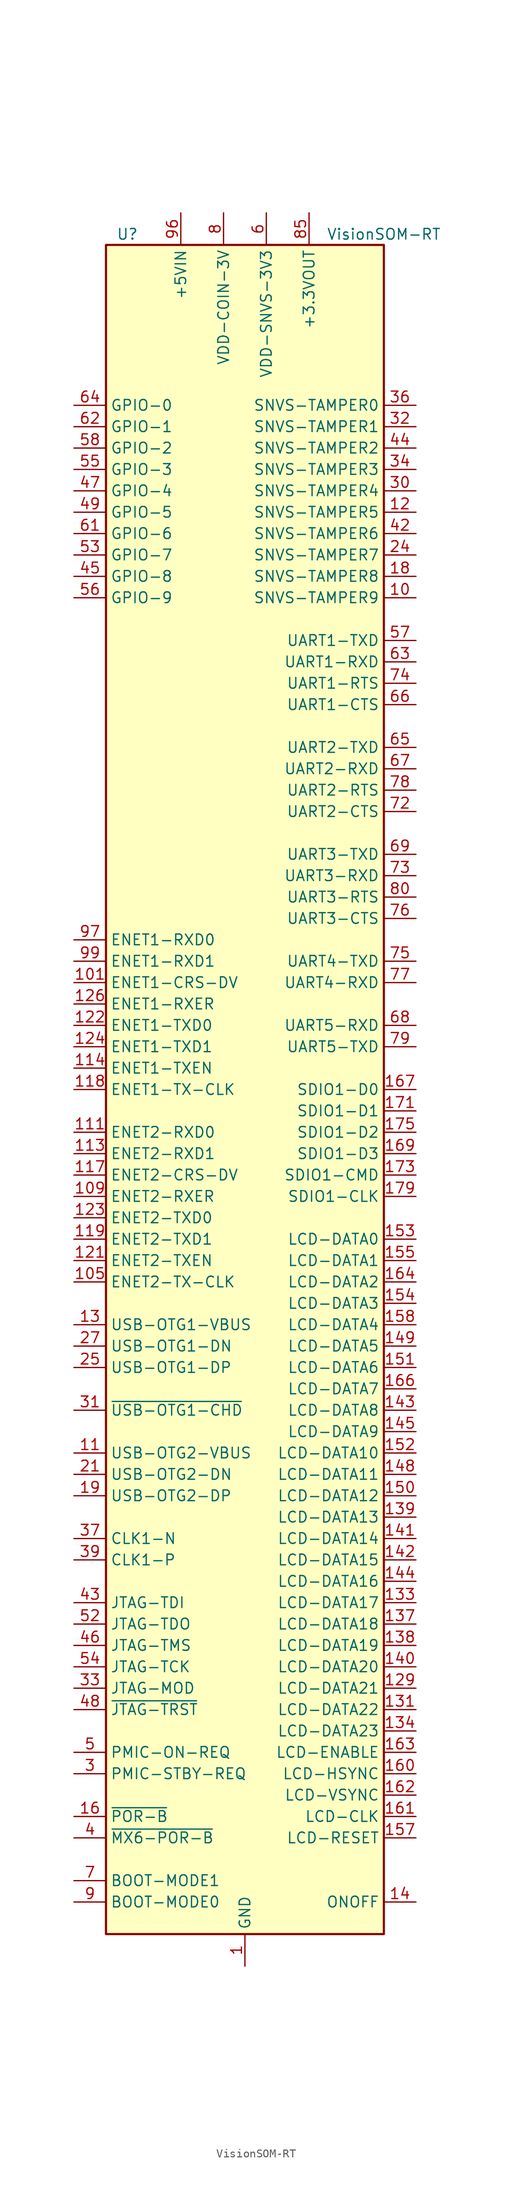
<source format=kicad_sym>
(kicad_symbol_lib
  (version 20201005)
  (generator kicad_symbol_editor)
  (symbol "VisionSOM-RT"
    (property "Reference" "U"
      (at -13.97 101.6 0)
      (effects (font (size 1.27 1.27))))
    (property "Value" "VisionSOM-RT"
      (at 16.51 101.6 0)
      (effects (font (size 1.27 1.27))))
    (symbol "VisionSOM-RT_0_1"
      (rectangle (start -16.51 100.33) (end 16.51 -100.33) (stroke (width 0.254)) (fill (type background))))
    (symbol "VisionSOM-RT_1_1"
      (pin power_in line (at 0 -104.14 90) (length 3.81) (name "GND" (effects (font (size 1.27 1.27)))) (number "1" (effects (font (size 1.27 1.27)))))
      (pin bidirectional line (at 20.32 58.42 180) (length 3.81) (name "SNVS-TAMPER9" (effects (font (size 1.27 1.27)))) (number "10" (effects (font (size 1.27 1.27)))))
      (pin passive line (at -7.62 104.14 270) (length 3.81) hide (name "+5VIN" (effects (font (size 1.27 1.27)))) (number "100" (effects (font (size 1.27 1.27)))))
      (pin bidirectional line (at -20.32 12.7 0) (length 3.81) (name "ENET1-CRS-DV" (effects (font (size 1.27 1.27)))) (number "101" (effects (font (size 1.27 1.27)))))
      (pin passive line (at -7.62 104.14 270) (length 3.81) hide (name "+5VIN" (effects (font (size 1.27 1.27)))) (number "102" (effects (font (size 1.27 1.27)))))
      (pin passive line (at 0 -104.14 90) (length 3.81) hide (name "GND" (effects (font (size 1.27 1.27)))) (number "103" (effects (font (size 1.27 1.27)))))
      (pin passive line (at -7.62 104.14 270) (length 3.81) hide (name "+5VIN" (effects (font (size 1.27 1.27)))) (number "104" (effects (font (size 1.27 1.27)))))
      (pin bidirectional line (at -20.32 -22.86 0) (length 3.81) (name "ENET2-TX-CLK" (effects (font (size 1.27 1.27)))) (number "105" (effects (font (size 1.27 1.27)))))
      (pin passive line (at -7.62 104.14 270) (length 3.81) hide (name "+5VIN" (effects (font (size 1.27 1.27)))) (number "106" (effects (font (size 1.27 1.27)))))
      (pin passive line (at 0 -104.14 90) (length 3.81) hide (name "GND" (effects (font (size 1.27 1.27)))) (number "107" (effects (font (size 1.27 1.27)))))
      (pin passive line (at -7.62 104.14 270) (length 3.81) hide (name "+5VIN" (effects (font (size 1.27 1.27)))) (number "108" (effects (font (size 1.27 1.27)))))
      (pin bidirectional line (at -20.32 -12.7 0) (length 3.81) (name "ENET2-RXER" (effects (font (size 1.27 1.27)))) (number "109" (effects (font (size 1.27 1.27)))))
      (pin input line (at -20.32 -43.18 0) (length 3.81) (name "USB-OTG2-VBUS" (effects (font (size 1.27 1.27)))) (number "11" (effects (font (size 1.27 1.27)))))
      (pin passive line (at -7.62 104.14 270) (length 3.81) hide (name "+5VIN" (effects (font (size 1.27 1.27)))) (number "110" (effects (font (size 1.27 1.27)))))
      (pin bidirectional line (at -20.32 -5.08 0) (length 3.81) (name "ENET2-RXD0" (effects (font (size 1.27 1.27)))) (number "111" (effects (font (size 1.27 1.27)))))
      (pin passive line (at -7.62 104.14 270) (length 3.81) hide (name "+5VIN" (effects (font (size 1.27 1.27)))) (number "112" (effects (font (size 1.27 1.27)))))
      (pin bidirectional line (at -20.32 -7.62 0) (length 3.81) (name "ENET2-RXD1" (effects (font (size 1.27 1.27)))) (number "113" (effects (font (size 1.27 1.27)))))
      (pin bidirectional line (at -20.32 2.54 0) (length 3.81) (name "ENET1-TXEN" (effects (font (size 1.27 1.27)))) (number "114" (effects (font (size 1.27 1.27)))))
      (pin passive line (at 0 -104.14 90) (length 3.81) hide (name "GND" (effects (font (size 1.27 1.27)))) (number "115" (effects (font (size 1.27 1.27)))))
      (pin passive line (at 0 -104.14 90) (length 3.81) hide (name "GND" (effects (font (size 1.27 1.27)))) (number "116" (effects (font (size 1.27 1.27)))))
      (pin bidirectional line (at -20.32 -10.16 0) (length 3.81) (name "ENET2-CRS-DV" (effects (font (size 1.27 1.27)))) (number "117" (effects (font (size 1.27 1.27)))))
      (pin bidirectional line (at -20.32 0 0) (length 3.81) (name "ENET1-TX-CLK" (effects (font (size 1.27 1.27)))) (number "118" (effects (font (size 1.27 1.27)))))
      (pin bidirectional line (at -20.32 -17.78 0) (length 3.81) (name "ENET2-TXD1" (effects (font (size 1.27 1.27)))) (number "119" (effects (font (size 1.27 1.27)))))
      (pin bidirectional line (at 20.32 68.58 180) (length 3.81) (name "SNVS-TAMPER5" (effects (font (size 1.27 1.27)))) (number "12" (effects (font (size 1.27 1.27)))))
      (pin passive line (at 0 -104.14 90) (length 3.81) hide (name "GND" (effects (font (size 1.27 1.27)))) (number "120" (effects (font (size 1.27 1.27)))))
      (pin bidirectional line (at -20.32 -20.32 0) (length 3.81) (name "ENET2-TXEN" (effects (font (size 1.27 1.27)))) (number "121" (effects (font (size 1.27 1.27)))))
      (pin bidirectional line (at -20.32 7.62 0) (length 3.81) (name "ENET1-TXD0" (effects (font (size 1.27 1.27)))) (number "122" (effects (font (size 1.27 1.27)))))
      (pin bidirectional line (at -20.32 -15.24 0) (length 3.81) (name "ENET2-TXD0" (effects (font (size 1.27 1.27)))) (number "123" (effects (font (size 1.27 1.27)))))
      (pin bidirectional line (at -20.32 5.08 0) (length 3.81) (name "ENET1-TXD1" (effects (font (size 1.27 1.27)))) (number "124" (effects (font (size 1.27 1.27)))))
      (pin passive line (at 0 -104.14 90) (length 3.81) hide (name "GND" (effects (font (size 1.27 1.27)))) (number "125" (effects (font (size 1.27 1.27)))))
      (pin bidirectional line (at -20.32 10.16 0) (length 3.81) (name "ENET1-RXER" (effects (font (size 1.27 1.27)))) (number "126" (effects (font (size 1.27 1.27)))))
      (pin passive line (at 0 -104.14 90) (length 3.81) hide (name "GND" (effects (font (size 1.27 1.27)))) (number "127" (effects (font (size 1.27 1.27)))))
      (pin passive line (at 0 -104.14 90) (length 3.81) hide (name "GND" (effects (font (size 1.27 1.27)))) (number "128" (effects (font (size 1.27 1.27)))))
      (pin bidirectional line (at 20.32 -71.12 180) (length 3.81) (name "LCD-DATA21" (effects (font (size 1.27 1.27)))) (number "129" (effects (font (size 1.27 1.27)))))
      (pin input line (at -20.32 -27.94 0) (length 3.81) (name "USB-OTG1-VBUS" (effects (font (size 1.27 1.27)))) (number "13" (effects (font (size 1.27 1.27)))))
      (pin passive line (at 0 -104.14 90) (length 3.81) hide (name "GND" (effects (font (size 1.27 1.27)))) (number "130" (effects (font (size 1.27 1.27)))))
      (pin bidirectional line (at 20.32 -73.66 180) (length 3.81) (name "LCD-DATA22" (effects (font (size 1.27 1.27)))) (number "131" (effects (font (size 1.27 1.27)))))
      (pin passive line (at 0 -104.14 90) (length 3.81) hide (name "GND" (effects (font (size 1.27 1.27)))) (number "132" (effects (font (size 1.27 1.27)))))
      (pin bidirectional line (at 20.32 -60.96 180) (length 3.81) (name "LCD-DATA17" (effects (font (size 1.27 1.27)))) (number "133" (effects (font (size 1.27 1.27)))))
      (pin bidirectional line (at 20.32 -76.2 180) (length 3.81) (name "LCD-DATA23" (effects (font (size 1.27 1.27)))) (number "134" (effects (font (size 1.27 1.27)))))
      (pin passive line (at 0 -104.14 90) (length 3.81) hide (name "GND" (effects (font (size 1.27 1.27)))) (number "135" (effects (font (size 1.27 1.27)))))
      (pin passive line (at 0 -104.14 90) (length 3.81) hide (name "GND" (effects (font (size 1.27 1.27)))) (number "136" (effects (font (size 1.27 1.27)))))
      (pin bidirectional line (at 20.32 -63.5 180) (length 3.81) (name "LCD-DATA18" (effects (font (size 1.27 1.27)))) (number "137" (effects (font (size 1.27 1.27)))))
      (pin bidirectional line (at 20.32 -66.04 180) (length 3.81) (name "LCD-DATA19" (effects (font (size 1.27 1.27)))) (number "138" (effects (font (size 1.27 1.27)))))
      (pin bidirectional line (at 20.32 -50.8 180) (length 3.81) (name "LCD-DATA13" (effects (font (size 1.27 1.27)))) (number "139" (effects (font (size 1.27 1.27)))))
      (pin input line (at 20.32 -96.52 180) (length 3.81) (name "ONOFF" (effects (font (size 1.27 1.27)))) (number "14" (effects (font (size 1.27 1.27)))))
      (pin bidirectional line (at 20.32 -68.58 180) (length 3.81) (name "LCD-DATA20" (effects (font (size 1.27 1.27)))) (number "140" (effects (font (size 1.27 1.27)))))
      (pin bidirectional line (at 20.32 -53.34 180) (length 3.81) (name "LCD-DATA14" (effects (font (size 1.27 1.27)))) (number "141" (effects (font (size 1.27 1.27)))))
      (pin bidirectional line (at 20.32 -55.88 180) (length 3.81) (name "LCD-DATA15" (effects (font (size 1.27 1.27)))) (number "142" (effects (font (size 1.27 1.27)))))
      (pin bidirectional line (at 20.32 -38.1 180) (length 3.81) (name "LCD-DATA8" (effects (font (size 1.27 1.27)))) (number "143" (effects (font (size 1.27 1.27)))))
      (pin bidirectional line (at 20.32 -58.42 180) (length 3.81) (name "LCD-DATA16" (effects (font (size 1.27 1.27)))) (number "144" (effects (font (size 1.27 1.27)))))
      (pin bidirectional line (at 20.32 -40.64 180) (length 3.81) (name "LCD-DATA9" (effects (font (size 1.27 1.27)))) (number "145" (effects (font (size 1.27 1.27)))))
      (pin passive line (at 0 -104.14 90) (length 3.81) hide (name "GND" (effects (font (size 1.27 1.27)))) (number "146" (effects (font (size 1.27 1.27)))))
      (pin passive line (at 0 -104.14 90) (length 3.81) hide (name "GND" (effects (font (size 1.27 1.27)))) (number "147" (effects (font (size 1.27 1.27)))))
      (pin bidirectional line (at 20.32 -45.72 180) (length 3.81) (name "LCD-DATA11" (effects (font (size 1.27 1.27)))) (number "148" (effects (font (size 1.27 1.27)))))
      (pin bidirectional line (at 20.32 -30.48 180) (length 3.81) (name "LCD-DATA5" (effects (font (size 1.27 1.27)))) (number "149" (effects (font (size 1.27 1.27)))))
      (pin passive line (at 0 -104.14 90) (length 3.81) hide (name "GND" (effects (font (size 1.27 1.27)))) (number "15" (effects (font (size 1.27 1.27)))))
      (pin bidirectional line (at 20.32 -48.26 180) (length 3.81) (name "LCD-DATA12" (effects (font (size 1.27 1.27)))) (number "150" (effects (font (size 1.27 1.27)))))
      (pin bidirectional line (at 20.32 -33.02 180) (length 3.81) (name "LCD-DATA6" (effects (font (size 1.27 1.27)))) (number "151" (effects (font (size 1.27 1.27)))))
      (pin bidirectional line (at 20.32 -43.18 180) (length 3.81) (name "LCD-DATA10" (effects (font (size 1.27 1.27)))) (number "152" (effects (font (size 1.27 1.27)))))
      (pin bidirectional line (at 20.32 -17.78 180) (length 3.81) (name "LCD-DATA0" (effects (font (size 1.27 1.27)))) (number "153" (effects (font (size 1.27 1.27)))))
      (pin bidirectional line (at 20.32 -25.4 180) (length 3.81) (name "LCD-DATA3" (effects (font (size 1.27 1.27)))) (number "154" (effects (font (size 1.27 1.27)))))
      (pin bidirectional line (at 20.32 -20.32 180) (length 3.81) (name "LCD-DATA1" (effects (font (size 1.27 1.27)))) (number "155" (effects (font (size 1.27 1.27)))))
      (pin passive line (at 0 -104.14 90) (length 3.81) hide (name "GND" (effects (font (size 1.27 1.27)))) (number "156" (effects (font (size 1.27 1.27)))))
      (pin bidirectional line (at 20.32 -88.9 180) (length 3.81) (name "LCD-RESET" (effects (font (size 1.27 1.27)))) (number "157" (effects (font (size 1.27 1.27)))))
      (pin bidirectional line (at 20.32 -27.94 180) (length 3.81) (name "LCD-DATA4" (effects (font (size 1.27 1.27)))) (number "158" (effects (font (size 1.27 1.27)))))
      (pin passive line (at 0 -104.14 90) (length 3.81) hide (name "GND" (effects (font (size 1.27 1.27)))) (number "159" (effects (font (size 1.27 1.27)))))
      (pin input line (at -20.32 -86.36 0) (length 3.81) (name "~POR-B" (effects (font (size 1.27 1.27)))) (number "16" (effects (font (size 1.27 1.27)))))
      (pin bidirectional line (at 20.32 -81.28 180) (length 3.81) (name "LCD-HSYNC" (effects (font (size 1.27 1.27)))) (number "160" (effects (font (size 1.27 1.27)))))
      (pin bidirectional line (at 20.32 -86.36 180) (length 3.81) (name "LCD-CLK" (effects (font (size 1.27 1.27)))) (number "161" (effects (font (size 1.27 1.27)))))
      (pin bidirectional line (at 20.32 -83.82 180) (length 3.81) (name "LCD-VSYNC" (effects (font (size 1.27 1.27)))) (number "162" (effects (font (size 1.27 1.27)))))
      (pin bidirectional line (at 20.32 -78.74 180) (length 3.81) (name "LCD-ENABLE" (effects (font (size 1.27 1.27)))) (number "163" (effects (font (size 1.27 1.27)))))
      (pin bidirectional line (at 20.32 -22.86 180) (length 3.81) (name "LCD-DATA2" (effects (font (size 1.27 1.27)))) (number "164" (effects (font (size 1.27 1.27)))))
      (pin passive line (at 0 -104.14 90) (length 3.81) hide (name "GND" (effects (font (size 1.27 1.27)))) (number "165" (effects (font (size 1.27 1.27)))))
      (pin bidirectional line (at 20.32 -35.56 180) (length 3.81) (name "LCD-DATA7" (effects (font (size 1.27 1.27)))) (number "166" (effects (font (size 1.27 1.27)))))
      (pin bidirectional line (at 20.32 0 180) (length 3.81) (name "SDIO1-D0" (effects (font (size 1.27 1.27)))) (number "167" (effects (font (size 1.27 1.27)))))
      (pin passive line (at 0 -104.14 90) (length 3.81) hide (name "GND" (effects (font (size 1.27 1.27)))) (number "168" (effects (font (size 1.27 1.27)))))
      (pin bidirectional line (at 20.32 -7.62 180) (length 3.81) (name "SDIO1-D3" (effects (font (size 1.27 1.27)))) (number "169" (effects (font (size 1.27 1.27)))))
      (pin passive line (at 0 -104.14 90) (length 3.81) hide (name "GND" (effects (font (size 1.27 1.27)))) (number "17" (effects (font (size 1.27 1.27)))))
      (pin passive line (at 0 -104.14 90) (length 3.81) hide (name "GND" (effects (font (size 1.27 1.27)))) (number "170" (effects (font (size 1.27 1.27)))))
      (pin bidirectional line (at 20.32 -2.54 180) (length 3.81) (name "SDIO1-D1" (effects (font (size 1.27 1.27)))) (number "171" (effects (font (size 1.27 1.27)))))
      (pin passive line (at 0 -104.14 90) (length 3.81) hide (name "GND" (effects (font (size 1.27 1.27)))) (number "172" (effects (font (size 1.27 1.27)))))
      (pin bidirectional line (at 20.32 -10.16 180) (length 3.81) (name "SDIO1-CMD" (effects (font (size 1.27 1.27)))) (number "173" (effects (font (size 1.27 1.27)))))
      (pin passive line (at 0 -104.14 90) (length 3.81) hide (name "GND" (effects (font (size 1.27 1.27)))) (number "174" (effects (font (size 1.27 1.27)))))
      (pin bidirectional line (at 20.32 -5.08 180) (length 3.81) (name "SDIO1-D2" (effects (font (size 1.27 1.27)))) (number "175" (effects (font (size 1.27 1.27)))))
      (pin no_connect line (at -5.08 -99.06 90) (length 3.81) hide (name "NC" (effects (font (size 1.27 1.27)))) (number "176" (effects (font (size 1.27 1.27)))))
      (pin passive line (at 0 -104.14 90) (length 3.81) hide (name "GND" (effects (font (size 1.27 1.27)))) (number "177" (effects (font (size 1.27 1.27)))))
      (pin no_connect line (at -2.54 -99.06 90) (length 3.81) hide (name "NC" (effects (font (size 1.27 1.27)))) (number "178" (effects (font (size 1.27 1.27)))))
      (pin bidirectional line (at 20.32 -12.7 180) (length 3.81) (name "SDIO1-CLK" (effects (font (size 1.27 1.27)))) (number "179" (effects (font (size 1.27 1.27)))))
      (pin bidirectional line (at 20.32 60.96 180) (length 3.81) (name "SNVS-TAMPER8" (effects (font (size 1.27 1.27)))) (number "18" (effects (font (size 1.27 1.27)))))
      (pin no_connect line (at 2.54 -99.06 90) (length 3.81) hide (name "NC" (effects (font (size 1.27 1.27)))) (number "180" (effects (font (size 1.27 1.27)))))
      (pin passive line (at 0 -104.14 90) (length 3.81) hide (name "GND" (effects (font (size 1.27 1.27)))) (number "181" (effects (font (size 1.27 1.27)))))
      (pin no_connect line (at 5.08 -99.06 90) (length 3.81) hide (name "NC" (effects (font (size 1.27 1.27)))) (number "182" (effects (font (size 1.27 1.27)))))
      (pin no_connect line (at -15.24 22.86 0) (length 3.81) hide (name "NC" (effects (font (size 1.27 1.27)))) (number "183" (effects (font (size 1.27 1.27)))))
      (pin passive line (at 0 -104.14 90) (length 3.81) hide (name "GND" (effects (font (size 1.27 1.27)))) (number "184" (effects (font (size 1.27 1.27)))))
      (pin passive line (at 0 -104.14 90) (length 3.81) hide (name "GND" (effects (font (size 1.27 1.27)))) (number "185" (effects (font (size 1.27 1.27)))))
      (pin no_connect line (at -15.24 35.56 0) (length 3.81) hide (name "NC" (effects (font (size 1.27 1.27)))) (number "186" (effects (font (size 1.27 1.27)))))
      (pin no_connect line (at -15.24 25.4 0) (length 3.81) hide (name "NC" (effects (font (size 1.27 1.27)))) (number "187" (effects (font (size 1.27 1.27)))))
      (pin no_connect line (at -15.24 33.02 0) (length 3.81) hide (name "NC" (effects (font (size 1.27 1.27)))) (number "188" (effects (font (size 1.27 1.27)))))
      (pin passive line (at 0 -104.14 90) (length 3.81) hide (name "GND" (effects (font (size 1.27 1.27)))) (number "189" (effects (font (size 1.27 1.27)))))
      (pin bidirectional line (at -20.32 -48.26 0) (length 3.81) (name "USB-OTG2-DP" (effects (font (size 1.27 1.27)))) (number "19" (effects (font (size 1.27 1.27)))))
      (pin no_connect line (at -15.24 38.1 0) (length 3.81) hide (name "NC" (effects (font (size 1.27 1.27)))) (number "190" (effects (font (size 1.27 1.27)))))
      (pin no_connect line (at -15.24 40.64 0) (length 3.81) hide (name "NC" (effects (font (size 1.27 1.27)))) (number "191" (effects (font (size 1.27 1.27)))))
      (pin no_connect line (at -15.24 43.18 0) (length 3.81) hide (name "NC" (effects (font (size 1.27 1.27)))) (number "192" (effects (font (size 1.27 1.27)))))
      (pin no_connect line (at -15.24 48.26 0) (length 3.81) hide (name "NC" (effects (font (size 1.27 1.27)))) (number "193" (effects (font (size 1.27 1.27)))))
      (pin no_connect line (at -15.24 45.72 0) (length 3.81) hide (name "NC" (effects (font (size 1.27 1.27)))) (number "194" (effects (font (size 1.27 1.27)))))
      (pin no_connect line (at -15.24 50.8 0) (length 3.81) hide (name "NC" (effects (font (size 1.27 1.27)))) (number "195" (effects (font (size 1.27 1.27)))))
      (pin no_connect line (at -15.24 53.34 0) (length 3.81) hide (name "NC" (effects (font (size 1.27 1.27)))) (number "196" (effects (font (size 1.27 1.27)))))
      (pin no_connect line (at -15.24 30.48 0) (length 3.81) hide (name "NC" (effects (font (size 1.27 1.27)))) (number "197" (effects (font (size 1.27 1.27)))))
      (pin no_connect line (at -15.24 27.94 0) (length 3.81) hide (name "NC" (effects (font (size 1.27 1.27)))) (number "198" (effects (font (size 1.27 1.27)))))
      (pin passive line (at 0 -104.14 90) (length 3.81) hide (name "GND" (effects (font (size 1.27 1.27)))) (number "199" (effects (font (size 1.27 1.27)))))
      (pin passive line (at 0 -104.14 90) (length 3.81) hide (name "GND" (effects (font (size 1.27 1.27)))) (number "2" (effects (font (size 1.27 1.27)))))
      (pin passive line (at 0 -104.14 90) (length 3.81) hide (name "GND" (effects (font (size 1.27 1.27)))) (number "20" (effects (font (size 1.27 1.27)))))
      (pin passive line (at 0 -104.14 90) (length 3.81) hide (name "GND" (effects (font (size 1.27 1.27)))) (number "200" (effects (font (size 1.27 1.27)))))
      (pin bidirectional line (at -20.32 -45.72 0) (length 3.81) (name "USB-OTG2-DN" (effects (font (size 1.27 1.27)))) (number "21" (effects (font (size 1.27 1.27)))))
      (pin passive line (at 0 -104.14 90) (length 3.81) hide (name "GND" (effects (font (size 1.27 1.27)))) (number "22" (effects (font (size 1.27 1.27)))))
      (pin passive line (at 0 -104.14 90) (length 3.81) hide (name "GND" (effects (font (size 1.27 1.27)))) (number "23" (effects (font (size 1.27 1.27)))))
      (pin bidirectional line (at 20.32 63.5 180) (length 3.81) (name "SNVS-TAMPER7" (effects (font (size 1.27 1.27)))) (number "24" (effects (font (size 1.27 1.27)))))
      (pin bidirectional line (at -20.32 -33.02 0) (length 3.81) (name "USB-OTG1-DP" (effects (font (size 1.27 1.27)))) (number "25" (effects (font (size 1.27 1.27)))))
      (pin passive line (at 0 -104.14 90) (length 3.81) hide (name "GND" (effects (font (size 1.27 1.27)))) (number "26" (effects (font (size 1.27 1.27)))))
      (pin bidirectional line (at -20.32 -30.48 0) (length 3.81) (name "USB-OTG1-DN" (effects (font (size 1.27 1.27)))) (number "27" (effects (font (size 1.27 1.27)))))
      (pin passive line (at 0 -104.14 90) (length 3.81) hide (name "GND" (effects (font (size 1.27 1.27)))) (number "28" (effects (font (size 1.27 1.27)))))
      (pin passive line (at 0 -104.14 90) (length 3.81) hide (name "GND" (effects (font (size 1.27 1.27)))) (number "29" (effects (font (size 1.27 1.27)))))
      (pin output line (at -20.32 -81.28 0) (length 3.81) (name "PMIC-STBY-REQ" (effects (font (size 1.27 1.27)))) (number "3" (effects (font (size 1.27 1.27)))))
      (pin bidirectional line (at 20.32 71.12 180) (length 3.81) (name "SNVS-TAMPER4" (effects (font (size 1.27 1.27)))) (number "30" (effects (font (size 1.27 1.27)))))
      (pin open_collector line (at -20.32 -38.1 0) (length 3.81) (name "~USB-OTG1-CHD" (effects (font (size 1.27 1.27)))) (number "31" (effects (font (size 1.27 1.27)))))
      (pin bidirectional line (at 20.32 78.74 180) (length 3.81) (name "SNVS-TAMPER1" (effects (font (size 1.27 1.27)))) (number "32" (effects (font (size 1.27 1.27)))))
      (pin bidirectional line (at -20.32 -71.12 0) (length 3.81) (name "JTAG-MOD" (effects (font (size 1.27 1.27)))) (number "33" (effects (font (size 1.27 1.27)))))
      (pin bidirectional line (at 20.32 73.66 180) (length 3.81) (name "SNVS-TAMPER3" (effects (font (size 1.27 1.27)))) (number "34" (effects (font (size 1.27 1.27)))))
      (pin passive line (at 0 -104.14 90) (length 3.81) hide (name "GND" (effects (font (size 1.27 1.27)))) (number "35" (effects (font (size 1.27 1.27)))))
      (pin bidirectional line (at 20.32 81.28 180) (length 3.81) (name "SNVS-TAMPER0" (effects (font (size 1.27 1.27)))) (number "36" (effects (font (size 1.27 1.27)))))
      (pin bidirectional line (at -20.32 -53.34 0) (length 3.81) (name "CLK1-N" (effects (font (size 1.27 1.27)))) (number "37" (effects (font (size 1.27 1.27)))))
      (pin passive line (at 0 -104.14 90) (length 3.81) hide (name "GND" (effects (font (size 1.27 1.27)))) (number "38" (effects (font (size 1.27 1.27)))))
      (pin bidirectional line (at -20.32 -55.88 0) (length 3.81) (name "CLK1-P" (effects (font (size 1.27 1.27)))) (number "39" (effects (font (size 1.27 1.27)))))
      (pin input line (at -20.32 -88.9 0) (length 3.81) (name "~MX6-POR-B" (effects (font (size 1.27 1.27)))) (number "4" (effects (font (size 1.27 1.27)))))
      (pin passive line (at 0 -104.14 90) (length 3.81) hide (name "GND" (effects (font (size 1.27 1.27)))) (number "40" (effects (font (size 1.27 1.27)))))
      (pin passive line (at 0 -104.14 90) (length 3.81) hide (name "GND" (effects (font (size 1.27 1.27)))) (number "41" (effects (font (size 1.27 1.27)))))
      (pin bidirectional line (at 20.32 66.04 180) (length 3.81) (name "SNVS-TAMPER6" (effects (font (size 1.27 1.27)))) (number "42" (effects (font (size 1.27 1.27)))))
      (pin bidirectional line (at -20.32 -60.96 0) (length 3.81) (name "JTAG-TDI" (effects (font (size 1.27 1.27)))) (number "43" (effects (font (size 1.27 1.27)))))
      (pin bidirectional line (at 20.32 76.2 180) (length 3.81) (name "SNVS-TAMPER2" (effects (font (size 1.27 1.27)))) (number "44" (effects (font (size 1.27 1.27)))))
      (pin bidirectional line (at -20.32 60.96 0) (length 3.81) (name "GPIO-8" (effects (font (size 1.27 1.27)))) (number "45" (effects (font (size 1.27 1.27)))))
      (pin bidirectional line (at -20.32 -66.04 0) (length 3.81) (name "JTAG-TMS" (effects (font (size 1.27 1.27)))) (number "46" (effects (font (size 1.27 1.27)))))
      (pin bidirectional line (at -20.32 71.12 0) (length 3.81) (name "GPIO-4" (effects (font (size 1.27 1.27)))) (number "47" (effects (font (size 1.27 1.27)))))
      (pin bidirectional line (at -20.32 -73.66 0) (length 3.81) (name "~JTAG-TRST" (effects (font (size 1.27 1.27)))) (number "48" (effects (font (size 1.27 1.27)))))
      (pin bidirectional line (at -20.32 68.58 0) (length 3.81) (name "GPIO-5" (effects (font (size 1.27 1.27)))) (number "49" (effects (font (size 1.27 1.27)))))
      (pin output line (at -20.32 -78.74 0) (length 3.81) (name "PMIC-ON-REQ" (effects (font (size 1.27 1.27)))) (number "5" (effects (font (size 1.27 1.27)))))
      (pin passive line (at 0 -104.14 90) (length 3.81) hide (name "GND" (effects (font (size 1.27 1.27)))) (number "50" (effects (font (size 1.27 1.27)))))
      (pin passive line (at 0 -104.14 90) (length 3.81) hide (name "GND" (effects (font (size 1.27 1.27)))) (number "51" (effects (font (size 1.27 1.27)))))
      (pin bidirectional line (at -20.32 -63.5 0) (length 3.81) (name "JTAG-TDO" (effects (font (size 1.27 1.27)))) (number "52" (effects (font (size 1.27 1.27)))))
      (pin bidirectional line (at -20.32 63.5 0) (length 3.81) (name "GPIO-7" (effects (font (size 1.27 1.27)))) (number "53" (effects (font (size 1.27 1.27)))))
      (pin bidirectional line (at -20.32 -68.58 0) (length 3.81) (name "JTAG-TCK" (effects (font (size 1.27 1.27)))) (number "54" (effects (font (size 1.27 1.27)))))
      (pin bidirectional line (at -20.32 73.66 0) (length 3.81) (name "GPIO-3" (effects (font (size 1.27 1.27)))) (number "55" (effects (font (size 1.27 1.27)))))
      (pin bidirectional line (at -20.32 58.42 0) (length 3.81) (name "GPIO-9" (effects (font (size 1.27 1.27)))) (number "56" (effects (font (size 1.27 1.27)))))
      (pin bidirectional line (at 20.32 53.34 180) (length 3.81) (name "UART1-TXD" (effects (font (size 1.27 1.27)))) (number "57" (effects (font (size 1.27 1.27)))))
      (pin bidirectional line (at -20.32 76.2 0) (length 3.81) (name "GPIO-2" (effects (font (size 1.27 1.27)))) (number "58" (effects (font (size 1.27 1.27)))))
      (pin passive line (at 0 -104.14 90) (length 3.81) hide (name "GND" (effects (font (size 1.27 1.27)))) (number "59" (effects (font (size 1.27 1.27)))))
      (pin power_in line (at 2.54 104.14 270) (length 3.81) (name "VDD-SNVS-3V3" (effects (font (size 1.27 1.27)))) (number "6" (effects (font (size 1.27 1.27)))))
      (pin passive line (at 0 -104.14 90) (length 3.81) hide (name "GND" (effects (font (size 1.27 1.27)))) (number "60" (effects (font (size 1.27 1.27)))))
      (pin bidirectional line (at -20.32 66.04 0) (length 3.81) (name "GPIO-6" (effects (font (size 1.27 1.27)))) (number "61" (effects (font (size 1.27 1.27)))))
      (pin bidirectional line (at -20.32 78.74 0) (length 3.81) (name "GPIO-1" (effects (font (size 1.27 1.27)))) (number "62" (effects (font (size 1.27 1.27)))))
      (pin bidirectional line (at 20.32 50.8 180) (length 3.81) (name "UART1-RXD" (effects (font (size 1.27 1.27)))) (number "63" (effects (font (size 1.27 1.27)))))
      (pin bidirectional line (at -20.32 81.28 0) (length 3.81) (name "GPIO-0" (effects (font (size 1.27 1.27)))) (number "64" (effects (font (size 1.27 1.27)))))
      (pin bidirectional line (at 20.32 40.64 180) (length 3.81) (name "UART2-TXD" (effects (font (size 1.27 1.27)))) (number "65" (effects (font (size 1.27 1.27)))))
      (pin bidirectional line (at 20.32 45.72 180) (length 3.81) (name "UART1-CTS" (effects (font (size 1.27 1.27)))) (number "66" (effects (font (size 1.27 1.27)))))
      (pin bidirectional line (at 20.32 38.1 180) (length 3.81) (name "UART2-RXD" (effects (font (size 1.27 1.27)))) (number "67" (effects (font (size 1.27 1.27)))))
      (pin bidirectional line (at 20.32 7.62 180) (length 3.81) (name "UART5-RXD" (effects (font (size 1.27 1.27)))) (number "68" (effects (font (size 1.27 1.27)))))
      (pin bidirectional line (at 20.32 27.94 180) (length 3.81) (name "UART3-TXD" (effects (font (size 1.27 1.27)))) (number "69" (effects (font (size 1.27 1.27)))))
      (pin input line (at -20.32 -93.98 0) (length 3.81) (name "BOOT-MODE1" (effects (font (size 1.27 1.27)))) (number "7" (effects (font (size 1.27 1.27)))))
      (pin passive line (at 0 -104.14 90) (length 3.81) hide (name "GND" (effects (font (size 1.27 1.27)))) (number "70" (effects (font (size 1.27 1.27)))))
      (pin passive line (at 0 -104.14 90) (length 3.81) hide (name "GND" (effects (font (size 1.27 1.27)))) (number "71" (effects (font (size 1.27 1.27)))))
      (pin bidirectional line (at 20.32 33.02 180) (length 3.81) (name "UART2-CTS" (effects (font (size 1.27 1.27)))) (number "72" (effects (font (size 1.27 1.27)))))
      (pin bidirectional line (at 20.32 25.4 180) (length 3.81) (name "UART3-RXD" (effects (font (size 1.27 1.27)))) (number "73" (effects (font (size 1.27 1.27)))))
      (pin bidirectional line (at 20.32 48.26 180) (length 3.81) (name "UART1-RTS" (effects (font (size 1.27 1.27)))) (number "74" (effects (font (size 1.27 1.27)))))
      (pin bidirectional line (at 20.32 15.24 180) (length 3.81) (name "UART4-TXD" (effects (font (size 1.27 1.27)))) (number "75" (effects (font (size 1.27 1.27)))))
      (pin bidirectional line (at 20.32 20.32 180) (length 3.81) (name "UART3-CTS" (effects (font (size 1.27 1.27)))) (number "76" (effects (font (size 1.27 1.27)))))
      (pin bidirectional line (at 20.32 12.7 180) (length 3.81) (name "UART4-RXD" (effects (font (size 1.27 1.27)))) (number "77" (effects (font (size 1.27 1.27)))))
      (pin bidirectional line (at 20.32 35.56 180) (length 3.81) (name "UART2-RTS" (effects (font (size 1.27 1.27)))) (number "78" (effects (font (size 1.27 1.27)))))
      (pin bidirectional line (at 20.32 5.08 180) (length 3.81) (name "UART5-TXD" (effects (font (size 1.27 1.27)))) (number "79" (effects (font (size 1.27 1.27)))))
      (pin power_in line (at -2.54 104.14 270) (length 3.81) (name "VDD-COIN-3V" (effects (font (size 1.27 1.27)))) (number "8" (effects (font (size 1.27 1.27)))))
      (pin bidirectional line (at 20.32 22.86 180) (length 3.81) (name "UART3-RTS" (effects (font (size 1.27 1.27)))) (number "80" (effects (font (size 1.27 1.27)))))
      (pin passive line (at 0 -104.14 90) (length 3.81) hide (name "GND" (effects (font (size 1.27 1.27)))) (number "81" (effects (font (size 1.27 1.27)))))
      (pin passive line (at 0 -104.14 90) (length 3.81) hide (name "GND" (effects (font (size 1.27 1.27)))) (number "82" (effects (font (size 1.27 1.27)))))
      (pin no_connect line (at 15.24 -93.98 180) (length 3.81) hide (name "NC" (effects (font (size 1.27 1.27)))) (number "83" (effects (font (size 1.27 1.27)))))
      (pin passive line (at 0 -104.14 90) (length 3.81) hide (name "GND" (effects (font (size 1.27 1.27)))) (number "84" (effects (font (size 1.27 1.27)))))
      (pin power_out line (at 7.62 104.14 270) (length 3.81) (name "+3.3VOUT" (effects (font (size 1.27 1.27)))) (number "85" (effects (font (size 1.27 1.27)))))
      (pin passive line (at 7.62 104.14 270) (length 3.81) hide (name "+3.3VOUT" (effects (font (size 1.27 1.27)))) (number "87" (effects (font (size 1.27 1.27)))))
      (pin passive line (at 7.62 104.14 270) (length 3.81) hide (name "+3.3VOUT" (effects (font (size 1.27 1.27)))) (number "88" (effects (font (size 1.27 1.27)))))
      (pin passive line (at 7.62 104.14 270) (length 3.81) hide (name "+3.3VOUT" (effects (font (size 1.27 1.27)))) (number "89" (effects (font (size 1.27 1.27)))))
      (pin input line (at -20.32 -96.52 0) (length 3.81) (name "BOOT-MODE0" (effects (font (size 1.27 1.27)))) (number "9" (effects (font (size 1.27 1.27)))))
      (pin passive line (at 7.62 104.14 270) (length 3.81) hide (name "+3.3VOUT" (effects (font (size 1.27 1.27)))) (number "90" (effects (font (size 1.27 1.27)))))
      (pin passive line (at 7.62 104.14 270) (length 3.81) hide (name "+3.3VOUT" (effects (font (size 1.27 1.27)))) (number "91" (effects (font (size 1.27 1.27)))))
      (pin passive line (at 7.62 104.14 270) (length 3.81) hide (name "+3.3VOUT" (effects (font (size 1.27 1.27)))) (number "92" (effects (font (size 1.27 1.27)))))
      (pin passive line (at 7.62 104.14 270) (length 3.81) hide (name "+3.3VOUT" (effects (font (size 1.27 1.27)))) (number "93" (effects (font (size 1.27 1.27)))))
      (pin power_in line (at -7.62 104.14 270) (length 3.81) (name "+5VIN" (effects (font (size 1.27 1.27)))) (number "96" (effects (font (size 1.27 1.27)))))
      (pin bidirectional line (at -20.32 17.78 0) (length 3.81) (name "ENET1-RXD0" (effects (font (size 1.27 1.27)))) (number "97" (effects (font (size 1.27 1.27)))))
      (pin passive line (at -7.62 104.14 270) (length 3.81) hide (name "+5VIN" (effects (font (size 1.27 1.27)))) (number "98" (effects (font (size 1.27 1.27)))))
      (pin bidirectional line (at -20.32 15.24 0) (length 3.81) (name "ENET1-RXD1" (effects (font (size 1.27 1.27)))) (number "99" (effects (font (size 1.27 1.27))))))))
</source>
